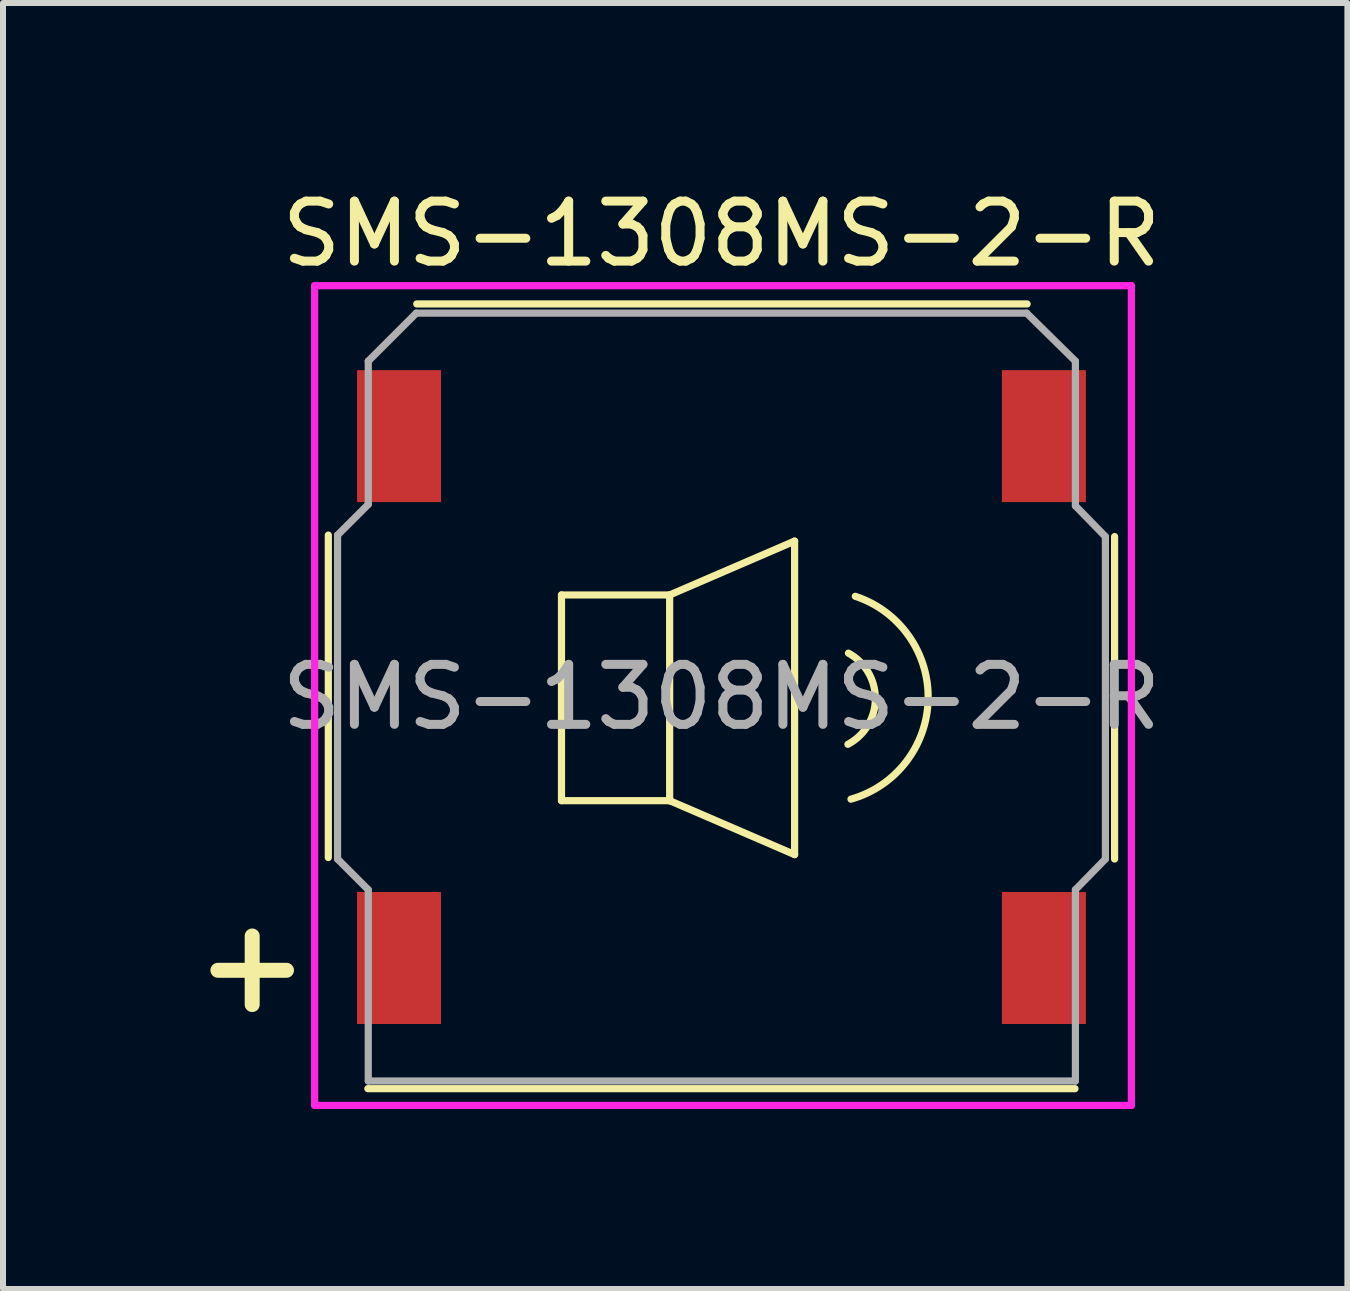
<source format=kicad_pcb>
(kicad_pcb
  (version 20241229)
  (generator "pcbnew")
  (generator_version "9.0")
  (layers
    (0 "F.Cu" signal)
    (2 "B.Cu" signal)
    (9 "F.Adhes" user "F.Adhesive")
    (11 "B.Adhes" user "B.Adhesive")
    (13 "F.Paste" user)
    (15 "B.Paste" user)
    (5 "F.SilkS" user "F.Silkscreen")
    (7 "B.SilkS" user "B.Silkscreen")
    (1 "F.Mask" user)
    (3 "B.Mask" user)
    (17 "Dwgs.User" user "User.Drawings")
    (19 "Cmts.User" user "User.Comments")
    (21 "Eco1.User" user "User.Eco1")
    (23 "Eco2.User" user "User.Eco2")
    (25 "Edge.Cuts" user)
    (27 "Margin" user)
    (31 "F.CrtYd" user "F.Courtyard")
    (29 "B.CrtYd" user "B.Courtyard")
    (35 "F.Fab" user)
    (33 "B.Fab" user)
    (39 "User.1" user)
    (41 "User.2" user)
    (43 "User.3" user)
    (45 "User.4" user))
  (footprint "SMS-1308MS-2-R"
    (layer "F.Cu")
    (at 8.977 8.57)
    (property "Reference" "SMS-1308MS-2-R" (at 0 -7.722 0) (layer "F.SilkS") (effects (font (size 1 1) (thickness 0.15))))
    (attr through_hole)
    (fp_line (start -6.554 -2.7) (end -6.554 2.675) (stroke (width 0.12) (type solid)) (layer "F.SilkS"))
    (fp_line (start -5.895 6.528) (end 5.893 6.528) (stroke (width 0.12) (type solid)) (layer "F.SilkS"))
    (fp_line (start -2.667 -1.702) (end -2.667 1.727) (stroke (width 0.12) (type solid)) (layer "F.SilkS"))
    (fp_line (start -2.667 1.727) (end -0.864 1.727) (stroke (width 0.12) (type solid)) (layer "F.SilkS"))
    (fp_line (start -0.864 -1.702) (end -2.667 -1.702) (stroke (width 0.12) (type solid)) (layer "F.SilkS"))
    (fp_line (start -0.864 -1.702) (end -0.864 1.727) (stroke (width 0.12) (type solid)) (layer "F.SilkS"))
    (fp_line (start -0.864 -1.702) (end 1.219 -2.6) (stroke (width 0.12) (type solid)) (layer "F.SilkS"))
    (fp_line (start -0.864 1.727) (end -0.864 1.702) (stroke (width 0.12) (type solid)) (layer "F.SilkS"))
    (fp_line (start 1.219 -2.6) (end 1.219 2.626) (stroke (width 0.12) (type solid)) (layer "F.SilkS"))
    (fp_line (start 1.219 2.626) (end -0.864 1.727) (stroke (width 0.12) (type solid)) (layer "F.SilkS"))
    (fp_line (start 5.095 -6.553) (end -5.08 -6.553) (stroke (width 0.12) (type solid)) (layer "F.SilkS"))
    (fp_line (start 6.553 -2.675) (end 6.553 2.7) (stroke (width 0.12) (type solid)) (layer "F.SilkS"))
    (fp_arc (start 2.116338 -0.732204) (mid 2.565388 0.030025) (end 2.1082 0.7874) (stroke (width 0.12) (type solid)) (layer "F.SilkS"))
    (fp_arc (start 2.230735 -1.679802) (mid 3.444906 0.037516) (end 2.158999 1.701799) (stroke (width 0.12) (type solid)) (layer "F.SilkS"))
    (fp_line (start -6.782 -6.858) (end 6.833 -6.858) (stroke (width 0.12) (type solid)) (layer "F.CrtYd"))
    (fp_line (start -6.782 6.807) (end -6.782 -6.858) (stroke (width 0.12) (type solid)) (layer "F.CrtYd"))
    (fp_line (start 6.833 -6.858) (end 6.833 6.807) (stroke (width 0.12) (type solid)) (layer "F.CrtYd"))
    (fp_line (start 6.833 6.807) (end -6.782 6.807) (stroke (width 0.12) (type solid)) (layer "F.CrtYd"))
    (fp_line (start -6.4 -2.7) (end -6.4 2.7) (stroke (width 0.12) (type solid)) (layer "F.Fab"))
    (fp_line (start -6.4 2.7) (end -5.888 3.212) (stroke (width 0.12) (type solid)) (layer "F.Fab"))
    (fp_line (start -5.888 -5.6) (end -5.888 -3.212) (stroke (width 0.12) (type solid)) (layer "F.Fab"))
    (fp_line (start -5.888 -3.212) (end -6.4 -2.7) (stroke (width 0.12) (type solid)) (layer "F.Fab"))
    (fp_line (start -5.888 3.212) (end -5.888 6.4) (stroke (width 0.12) (type solid)) (layer "F.Fab"))
    (fp_line (start -5.888 6.4) (end 5.9 6.4) (stroke (width 0.12) (type solid)) (layer "F.Fab"))
    (fp_line (start -5.088 -6.4) (end -5.888 -5.6) (stroke (width 0.12) (type solid)) (layer "F.Fab"))
    (fp_line (start -5.088 -6.4) (end 5.088 -6.4) (stroke (width 0.12) (type solid)) (layer "F.Fab"))
    (fp_line (start 5.9 -5.6) (end 5.088 -6.4) (stroke (width 0.12) (type solid)) (layer "F.Fab"))
    (fp_line (start 5.9 -3.188) (end 5.9 -5.6) (stroke (width 0.12) (type solid)) (layer "F.Fab"))
    (fp_line (start 5.9 3.212) (end 6.4 2.7) (stroke (width 0.12) (type solid)) (layer "F.Fab"))
    (fp_line (start 5.9 6.4) (end 5.9 3.212) (stroke (width 0.12) (type solid)) (layer "F.Fab"))
    (fp_line (start 6.4 -2.675) (end 5.9 -3.188) (stroke (width 0.12) (type solid)) (layer "F.Fab"))
    (fp_line (start 6.4 -2.675) (end 6.4 2.7) (stroke (width 0.12) (type solid)) (layer "F.Fab"))
    (fp_text user "+" (at -7.823 4.445 0) (layer "F.SilkS") (effects (font (size 1.5 1.5) (thickness 0.25))))
    (fp_text user "${REFERENCE}" (at 0 0 0) (layer "F.Fab") (effects (font (size 1 1) (thickness 0.15))))
    (pad "+" smd rect (at -5.375 4.35) (size 1.4 2.2) (layers "F.Cu" "F.Mask" "F.Paste"))
    (pad "-" smd rect (at 5.375 4.35) (size 1.4 2.2) (layers "F.Cu" "F.Mask" "F.Paste"))
    (pad "M1" smd rect (at -5.375 -4.35) (size 1.4 2.2) (layers "F.Cu" "F.Mask" "F.Paste"))
    (pad "M2" smd rect (at 5.375 -4.35) (size 1.4 2.2) (layers "F.Cu" "F.Mask" "F.Paste")))
  (gr_rect
    (start -3 -3)
    (end 19.411 18.437)
    (stroke (width 0.1) (type default))
    (fill no)
    (layer "Edge.Cuts")))
</source>
